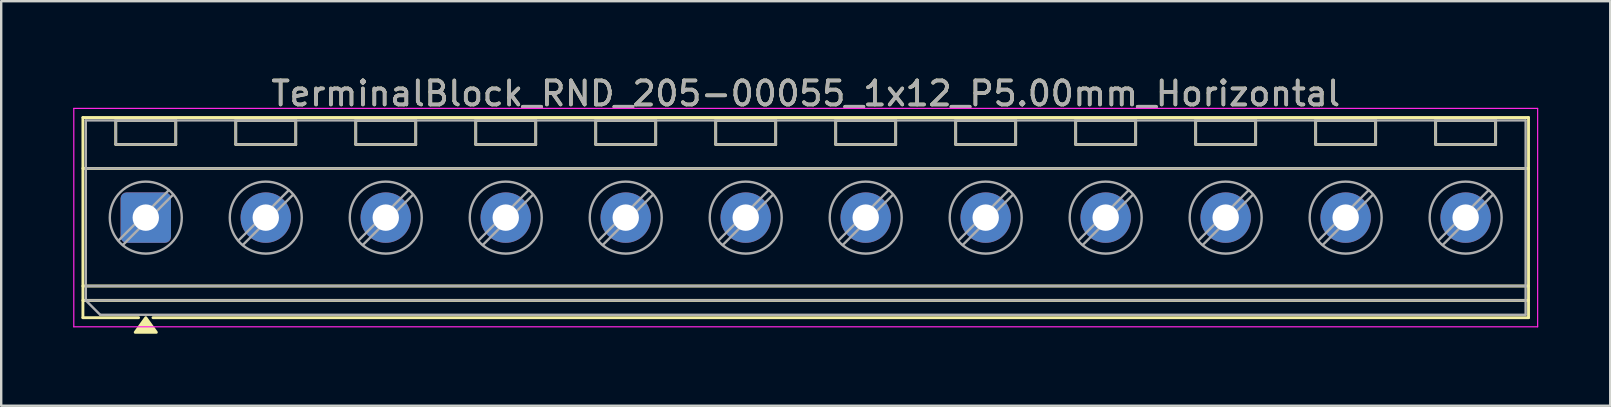
<source format=kicad_pcb>
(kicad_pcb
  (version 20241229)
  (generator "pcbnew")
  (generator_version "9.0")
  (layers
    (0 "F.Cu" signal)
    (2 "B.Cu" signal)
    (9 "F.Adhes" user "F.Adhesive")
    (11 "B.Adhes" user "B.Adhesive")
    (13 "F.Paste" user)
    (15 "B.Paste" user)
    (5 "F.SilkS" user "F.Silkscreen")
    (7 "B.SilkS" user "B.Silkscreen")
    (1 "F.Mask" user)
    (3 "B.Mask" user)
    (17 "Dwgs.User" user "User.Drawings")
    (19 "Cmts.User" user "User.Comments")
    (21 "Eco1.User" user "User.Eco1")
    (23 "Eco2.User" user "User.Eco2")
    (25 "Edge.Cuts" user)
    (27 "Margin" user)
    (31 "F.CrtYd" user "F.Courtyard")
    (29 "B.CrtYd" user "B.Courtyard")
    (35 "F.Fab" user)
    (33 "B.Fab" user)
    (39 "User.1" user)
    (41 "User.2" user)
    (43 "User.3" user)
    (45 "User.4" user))
  (footprint "TerminalBlock_RND_205-00055_1x12_P5.00mm_Horizontal"
    (layer "F.Cu")
    (at 3.025 6.018)
    (property "Reference" "TerminalBlock_RND_205-00055_1x12_P5.00mm_Horizontal" (at 27.5 -5.17 0) (layer "F.SilkS") (effects (font (size 1 1) (thickness 0.15))))
    (attr through_hole)
    (fp_line (start -2.62 -4.17) (end 57.62 -4.17) (stroke (width 0.12) (type solid)) (layer "F.SilkS"))
    (fp_line (start -2.62 -2.05) (end 57.62 -2.05) (stroke (width 0.12) (type solid)) (layer "F.SilkS"))
    (fp_line (start -2.62 2.85) (end 57.62 2.85) (stroke (width 0.12) (type solid)) (layer "F.SilkS"))
    (fp_line (start -2.62 3.45) (end 57.62 3.45) (stroke (width 0.12) (type solid)) (layer "F.SilkS"))
    (fp_line (start -2.62 4.17) (end -2.62 -4.17) (stroke (width 0.12) (type solid)) (layer "F.SilkS"))
    (fp_line (start -1.25 -4.05) (end 1.25 -4.05) (stroke (width 0.12) (type solid)) (layer "F.SilkS"))
    (fp_line (start -1.25 -3.05) (end -1.25 -4.05) (stroke (width 0.12) (type solid)) (layer "F.SilkS"))
    (fp_line (start -0.3 4.17) (end -2.62 4.17) (stroke (width 0.12) (type solid)) (layer "F.SilkS"))
    (fp_line (start 1.25 -4.05) (end 1.25 -3.05) (stroke (width 0.12) (type solid)) (layer "F.SilkS"))
    (fp_line (start 1.25 -3.05) (end -1.25 -3.05) (stroke (width 0.12) (type solid)) (layer "F.SilkS"))
    (fp_line (start 3.75 -4.05) (end 6.25 -4.05) (stroke (width 0.12) (type solid)) (layer "F.SilkS"))
    (fp_line (start 3.75 -3.05) (end 3.75 -4.05) (stroke (width 0.12) (type solid)) (layer "F.SilkS"))
    (fp_line (start 6.25 -4.05) (end 6.25 -3.05) (stroke (width 0.12) (type solid)) (layer "F.SilkS"))
    (fp_line (start 6.25 -3.05) (end 3.75 -3.05) (stroke (width 0.12) (type solid)) (layer "F.SilkS"))
    (fp_line (start 8.75 -4.05) (end 11.25 -4.05) (stroke (width 0.12) (type solid)) (layer "F.SilkS"))
    (fp_line (start 8.75 -3.05) (end 8.75 -4.05) (stroke (width 0.12) (type solid)) (layer "F.SilkS"))
    (fp_line (start 11.25 -4.05) (end 11.25 -3.05) (stroke (width 0.12) (type solid)) (layer "F.SilkS"))
    (fp_line (start 11.25 -3.05) (end 8.75 -3.05) (stroke (width 0.12) (type solid)) (layer "F.SilkS"))
    (fp_line (start 13.75 -4.05) (end 16.25 -4.05) (stroke (width 0.12) (type solid)) (layer "F.SilkS"))
    (fp_line (start 13.75 -3.05) (end 13.75 -4.05) (stroke (width 0.12) (type solid)) (layer "F.SilkS"))
    (fp_line (start 16.25 -4.05) (end 16.25 -3.05) (stroke (width 0.12) (type solid)) (layer "F.SilkS"))
    (fp_line (start 16.25 -3.05) (end 13.75 -3.05) (stroke (width 0.12) (type solid)) (layer "F.SilkS"))
    (fp_line (start 18.75 -4.05) (end 21.25 -4.05) (stroke (width 0.12) (type solid)) (layer "F.SilkS"))
    (fp_line (start 18.75 -3.05) (end 18.75 -4.05) (stroke (width 0.12) (type solid)) (layer "F.SilkS"))
    (fp_line (start 21.25 -4.05) (end 21.25 -3.05) (stroke (width 0.12) (type solid)) (layer "F.SilkS"))
    (fp_line (start 21.25 -3.05) (end 18.75 -3.05) (stroke (width 0.12) (type solid)) (layer "F.SilkS"))
    (fp_line (start 23.75 -4.05) (end 26.25 -4.05) (stroke (width 0.12) (type solid)) (layer "F.SilkS"))
    (fp_line (start 23.75 -3.05) (end 23.75 -4.05) (stroke (width 0.12) (type solid)) (layer "F.SilkS"))
    (fp_line (start 26.25 -4.05) (end 26.25 -3.05) (stroke (width 0.12) (type solid)) (layer "F.SilkS"))
    (fp_line (start 26.25 -3.05) (end 23.75 -3.05) (stroke (width 0.12) (type solid)) (layer "F.SilkS"))
    (fp_line (start 28.75 -4.05) (end 31.25 -4.05) (stroke (width 0.12) (type solid)) (layer "F.SilkS"))
    (fp_line (start 28.75 -3.05) (end 28.75 -4.05) (stroke (width 0.12) (type solid)) (layer "F.SilkS"))
    (fp_line (start 31.25 -4.05) (end 31.25 -3.05) (stroke (width 0.12) (type solid)) (layer "F.SilkS"))
    (fp_line (start 31.25 -3.05) (end 28.75 -3.05) (stroke (width 0.12) (type solid)) (layer "F.SilkS"))
    (fp_line (start 33.75 -4.05) (end 36.25 -4.05) (stroke (width 0.12) (type solid)) (layer "F.SilkS"))
    (fp_line (start 33.75 -3.05) (end 33.75 -4.05) (stroke (width 0.12) (type solid)) (layer "F.SilkS"))
    (fp_line (start 36.25 -4.05) (end 36.25 -3.05) (stroke (width 0.12) (type solid)) (layer "F.SilkS"))
    (fp_line (start 36.25 -3.05) (end 33.75 -3.05) (stroke (width 0.12) (type solid)) (layer "F.SilkS"))
    (fp_line (start 38.75 -4.05) (end 41.25 -4.05) (stroke (width 0.12) (type solid)) (layer "F.SilkS"))
    (fp_line (start 38.75 -3.05) (end 38.75 -4.05) (stroke (width 0.12) (type solid)) (layer "F.SilkS"))
    (fp_line (start 41.25 -4.05) (end 41.25 -3.05) (stroke (width 0.12) (type solid)) (layer "F.SilkS"))
    (fp_line (start 41.25 -3.05) (end 38.75 -3.05) (stroke (width 0.12) (type solid)) (layer "F.SilkS"))
    (fp_line (start 43.75 -4.05) (end 46.25 -4.05) (stroke (width 0.12) (type solid)) (layer "F.SilkS"))
    (fp_line (start 43.75 -3.05) (end 43.75 -4.05) (stroke (width 0.12) (type solid)) (layer "F.SilkS"))
    (fp_line (start 46.25 -4.05) (end 46.25 -3.05) (stroke (width 0.12) (type solid)) (layer "F.SilkS"))
    (fp_line (start 46.25 -3.05) (end 43.75 -3.05) (stroke (width 0.12) (type solid)) (layer "F.SilkS"))
    (fp_line (start 48.75 -4.05) (end 51.25 -4.05) (stroke (width 0.12) (type solid)) (layer "F.SilkS"))
    (fp_line (start 48.75 -3.05) (end 48.75 -4.05) (stroke (width 0.12) (type solid)) (layer "F.SilkS"))
    (fp_line (start 51.25 -4.05) (end 51.25 -3.05) (stroke (width 0.12) (type solid)) (layer "F.SilkS"))
    (fp_line (start 51.25 -3.05) (end 48.75 -3.05) (stroke (width 0.12) (type solid)) (layer "F.SilkS"))
    (fp_line (start 53.75 -4.05) (end 56.25 -4.05) (stroke (width 0.12) (type solid)) (layer "F.SilkS"))
    (fp_line (start 53.75 -3.05) (end 53.75 -4.05) (stroke (width 0.12) (type solid)) (layer "F.SilkS"))
    (fp_line (start 56.25 -4.05) (end 56.25 -3.05) (stroke (width 0.12) (type solid)) (layer "F.SilkS"))
    (fp_line (start 56.25 -3.05) (end 53.75 -3.05) (stroke (width 0.12) (type solid)) (layer "F.SilkS"))
    (fp_line (start 57.62 -4.17) (end 57.62 4.17) (stroke (width 0.12) (type solid)) (layer "F.SilkS"))
    (fp_line (start 57.62 4.17) (end 0.3 4.17) (stroke (width 0.12) (type solid)) (layer "F.SilkS"))
    (fp_poly (pts (xy 0 4.17) (xy 0.44 4.78) (xy -0.44 4.78)) (stroke (width 0.12) (type solid)) (fill yes) (layer "F.SilkS"))
    (fp_line (start -3 -4.55) (end -3 4.55) (stroke (width 0.05) (type solid)) (layer "F.CrtYd"))
    (fp_line (start -3 4.55) (end 58 4.55) (stroke (width 0.05) (type solid)) (layer "F.CrtYd"))
    (fp_line (start 58 -4.55) (end -3 -4.55) (stroke (width 0.05) (type solid)) (layer "F.CrtYd"))
    (fp_line (start 58 4.55) (end 58 -4.55) (stroke (width 0.05) (type solid)) (layer "F.CrtYd"))
    (fp_line (start -2.5 -4.05) (end 57.5 -4.05) (stroke (width 0.1) (type solid)) (layer "F.Fab"))
    (fp_line (start -2.5 -2.05) (end 57.5 -2.05) (stroke (width 0.1) (type solid)) (layer "F.Fab"))
    (fp_line (start -2.5 2.85) (end 57.5 2.85) (stroke (width 0.1) (type solid)) (layer "F.Fab"))
    (fp_line (start -2.5 3.45) (end -2.5 -4.05) (stroke (width 0.1) (type solid)) (layer "F.Fab"))
    (fp_line (start -2.5 3.45) (end 57.5 3.45) (stroke (width 0.1) (type solid)) (layer "F.Fab"))
    (fp_line (start -1.9 4.05) (end -2.5 3.45) (stroke (width 0.1) (type solid)) (layer "F.Fab"))
    (fp_line (start -1.25 -4.05) (end -1.25 -3.05) (stroke (width 0.1) (type solid)) (layer "F.Fab"))
    (fp_line (start -1.25 -3.05) (end 1.25 -3.05) (stroke (width 0.1) (type solid)) (layer "F.Fab"))
    (fp_line (start 0.955 -1.138) (end -1.138 0.955) (stroke (width 0.1) (type solid)) (layer "F.Fab"))
    (fp_line (start 1.138 -0.955) (end -0.955 1.138) (stroke (width 0.1) (type solid)) (layer "F.Fab"))
    (fp_line (start 1.25 -4.05) (end -1.25 -4.05) (stroke (width 0.1) (type solid)) (layer "F.Fab"))
    (fp_line (start 1.25 -3.05) (end 1.25 -4.05) (stroke (width 0.1) (type solid)) (layer "F.Fab"))
    (fp_line (start 3.75 -4.05) (end 3.75 -3.05) (stroke (width 0.1) (type solid)) (layer "F.Fab"))
    (fp_line (start 3.75 -3.05) (end 6.25 -3.05) (stroke (width 0.1) (type solid)) (layer "F.Fab"))
    (fp_line (start 5.955 -1.138) (end 3.862 0.955) (stroke (width 0.1) (type solid)) (layer "F.Fab"))
    (fp_line (start 6.138 -0.955) (end 4.045 1.138) (stroke (width 0.1) (type solid)) (layer "F.Fab"))
    (fp_line (start 6.25 -4.05) (end 3.75 -4.05) (stroke (width 0.1) (type solid)) (layer "F.Fab"))
    (fp_line (start 6.25 -3.05) (end 6.25 -4.05) (stroke (width 0.1) (type solid)) (layer "F.Fab"))
    (fp_line (start 8.75 -4.05) (end 8.75 -3.05) (stroke (width 0.1) (type solid)) (layer "F.Fab"))
    (fp_line (start 8.75 -3.05) (end 11.25 -3.05) (stroke (width 0.1) (type solid)) (layer "F.Fab"))
    (fp_line (start 10.955 -1.138) (end 8.862 0.955) (stroke (width 0.1) (type solid)) (layer "F.Fab"))
    (fp_line (start 11.138 -0.955) (end 9.045 1.138) (stroke (width 0.1) (type solid)) (layer "F.Fab"))
    (fp_line (start 11.25 -4.05) (end 8.75 -4.05) (stroke (width 0.1) (type solid)) (layer "F.Fab"))
    (fp_line (start 11.25 -3.05) (end 11.25 -4.05) (stroke (width 0.1) (type solid)) (layer "F.Fab"))
    (fp_line (start 13.75 -4.05) (end 13.75 -3.05) (stroke (width 0.1) (type solid)) (layer "F.Fab"))
    (fp_line (start 13.75 -3.05) (end 16.25 -3.05) (stroke (width 0.1) (type solid)) (layer "F.Fab"))
    (fp_line (start 15.955 -1.138) (end 13.862 0.955) (stroke (width 0.1) (type solid)) (layer "F.Fab"))
    (fp_line (start 16.138 -0.955) (end 14.045 1.138) (stroke (width 0.1) (type solid)) (layer "F.Fab"))
    (fp_line (start 16.25 -4.05) (end 13.75 -4.05) (stroke (width 0.1) (type solid)) (layer "F.Fab"))
    (fp_line (start 16.25 -3.05) (end 16.25 -4.05) (stroke (width 0.1) (type solid)) (layer "F.Fab"))
    (fp_line (start 18.75 -4.05) (end 18.75 -3.05) (stroke (width 0.1) (type solid)) (layer "F.Fab"))
    (fp_line (start 18.75 -3.05) (end 21.25 -3.05) (stroke (width 0.1) (type solid)) (layer "F.Fab"))
    (fp_line (start 20.955 -1.138) (end 18.862 0.955) (stroke (width 0.1) (type solid)) (layer "F.Fab"))
    (fp_line (start 21.138 -0.955) (end 19.045 1.138) (stroke (width 0.1) (type solid)) (layer "F.Fab"))
    (fp_line (start 21.25 -4.05) (end 18.75 -4.05) (stroke (width 0.1) (type solid)) (layer "F.Fab"))
    (fp_line (start 21.25 -3.05) (end 21.25 -4.05) (stroke (width 0.1) (type solid)) (layer "F.Fab"))
    (fp_line (start 23.75 -4.05) (end 23.75 -3.05) (stroke (width 0.1) (type solid)) (layer "F.Fab"))
    (fp_line (start 23.75 -3.05) (end 26.25 -3.05) (stroke (width 0.1) (type solid)) (layer "F.Fab"))
    (fp_line (start 25.955 -1.138) (end 23.862 0.955) (stroke (width 0.1) (type solid)) (layer "F.Fab"))
    (fp_line (start 26.138 -0.955) (end 24.045 1.138) (stroke (width 0.1) (type solid)) (layer "F.Fab"))
    (fp_line (start 26.25 -4.05) (end 23.75 -4.05) (stroke (width 0.1) (type solid)) (layer "F.Fab"))
    (fp_line (start 26.25 -3.05) (end 26.25 -4.05) (stroke (width 0.1) (type solid)) (layer "F.Fab"))
    (fp_line (start 28.75 -4.05) (end 28.75 -3.05) (stroke (width 0.1) (type solid)) (layer "F.Fab"))
    (fp_line (start 28.75 -3.05) (end 31.25 -3.05) (stroke (width 0.1) (type solid)) (layer "F.Fab"))
    (fp_line (start 30.955 -1.138) (end 28.862 0.955) (stroke (width 0.1) (type solid)) (layer "F.Fab"))
    (fp_line (start 31.138 -0.955) (end 29.045 1.138) (stroke (width 0.1) (type solid)) (layer "F.Fab"))
    (fp_line (start 31.25 -4.05) (end 28.75 -4.05) (stroke (width 0.1) (type solid)) (layer "F.Fab"))
    (fp_line (start 31.25 -3.05) (end 31.25 -4.05) (stroke (width 0.1) (type solid)) (layer "F.Fab"))
    (fp_line (start 33.75 -4.05) (end 33.75 -3.05) (stroke (width 0.1) (type solid)) (layer "F.Fab"))
    (fp_line (start 33.75 -3.05) (end 36.25 -3.05) (stroke (width 0.1) (type solid)) (layer "F.Fab"))
    (fp_line (start 35.955 -1.138) (end 33.862 0.955) (stroke (width 0.1) (type solid)) (layer "F.Fab"))
    (fp_line (start 36.138 -0.955) (end 34.045 1.138) (stroke (width 0.1) (type solid)) (layer "F.Fab"))
    (fp_line (start 36.25 -4.05) (end 33.75 -4.05) (stroke (width 0.1) (type solid)) (layer "F.Fab"))
    (fp_line (start 36.25 -3.05) (end 36.25 -4.05) (stroke (width 0.1) (type solid)) (layer "F.Fab"))
    (fp_line (start 38.75 -4.05) (end 38.75 -3.05) (stroke (width 0.1) (type solid)) (layer "F.Fab"))
    (fp_line (start 38.75 -3.05) (end 41.25 -3.05) (stroke (width 0.1) (type solid)) (layer "F.Fab"))
    (fp_line (start 40.955 -1.138) (end 38.862 0.955) (stroke (width 0.1) (type solid)) (layer "F.Fab"))
    (fp_line (start 41.138 -0.955) (end 39.045 1.138) (stroke (width 0.1) (type solid)) (layer "F.Fab"))
    (fp_line (start 41.25 -4.05) (end 38.75 -4.05) (stroke (width 0.1) (type solid)) (layer "F.Fab"))
    (fp_line (start 41.25 -3.05) (end 41.25 -4.05) (stroke (width 0.1) (type solid)) (layer "F.Fab"))
    (fp_line (start 43.75 -4.05) (end 43.75 -3.05) (stroke (width 0.1) (type solid)) (layer "F.Fab"))
    (fp_line (start 43.75 -3.05) (end 46.25 -3.05) (stroke (width 0.1) (type solid)) (layer "F.Fab"))
    (fp_line (start 45.955 -1.138) (end 43.862 0.955) (stroke (width 0.1) (type solid)) (layer "F.Fab"))
    (fp_line (start 46.138 -0.955) (end 44.045 1.138) (stroke (width 0.1) (type solid)) (layer "F.Fab"))
    (fp_line (start 46.25 -4.05) (end 43.75 -4.05) (stroke (width 0.1) (type solid)) (layer "F.Fab"))
    (fp_line (start 46.25 -3.05) (end 46.25 -4.05) (stroke (width 0.1) (type solid)) (layer "F.Fab"))
    (fp_line (start 48.75 -4.05) (end 48.75 -3.05) (stroke (width 0.1) (type solid)) (layer "F.Fab"))
    (fp_line (start 48.75 -3.05) (end 51.25 -3.05) (stroke (width 0.1) (type solid)) (layer "F.Fab"))
    (fp_line (start 50.955 -1.138) (end 48.862 0.955) (stroke (width 0.1) (type solid)) (layer "F.Fab"))
    (fp_line (start 51.138 -0.955) (end 49.045 1.138) (stroke (width 0.1) (type solid)) (layer "F.Fab"))
    (fp_line (start 51.25 -4.05) (end 48.75 -4.05) (stroke (width 0.1) (type solid)) (layer "F.Fab"))
    (fp_line (start 51.25 -3.05) (end 51.25 -4.05) (stroke (width 0.1) (type solid)) (layer "F.Fab"))
    (fp_line (start 53.75 -4.05) (end 53.75 -3.05) (stroke (width 0.1) (type solid)) (layer "F.Fab"))
    (fp_line (start 53.75 -3.05) (end 56.25 -3.05) (stroke (width 0.1) (type solid)) (layer "F.Fab"))
    (fp_line (start 55.955 -1.138) (end 53.862 0.955) (stroke (width 0.1) (type solid)) (layer "F.Fab"))
    (fp_line (start 56.138 -0.955) (end 54.045 1.138) (stroke (width 0.1) (type solid)) (layer "F.Fab"))
    (fp_line (start 56.25 -4.05) (end 53.75 -4.05) (stroke (width 0.1) (type solid)) (layer "F.Fab"))
    (fp_line (start 56.25 -3.05) (end 56.25 -4.05) (stroke (width 0.1) (type solid)) (layer "F.Fab"))
    (fp_line (start 57.5 -4.05) (end 57.5 4.05) (stroke (width 0.1) (type solid)) (layer "F.Fab"))
    (fp_line (start 57.5 4.05) (end -1.9 4.05) (stroke (width 0.1) (type solid)) (layer "F.Fab"))
    (fp_circle (center 0 0) (end 1.5 0) (stroke (width 0.1) (type solid)) (fill no) (layer "F.Fab"))
    (fp_circle (center 5 0) (end 6.5 0) (stroke (width 0.1) (type solid)) (fill no) (layer "F.Fab"))
    (fp_circle (center 10 0) (end 11.5 0) (stroke (width 0.1) (type solid)) (fill no) (layer "F.Fab"))
    (fp_circle (center 15 0) (end 16.5 0) (stroke (width 0.1) (type solid)) (fill no) (layer "F.Fab"))
    (fp_circle (center 20 0) (end 21.5 0) (stroke (width 0.1) (type solid)) (fill no) (layer "F.Fab"))
    (fp_circle (center 25 0) (end 26.5 0) (stroke (width 0.1) (type solid)) (fill no) (layer "F.Fab"))
    (fp_circle (center 30 0) (end 31.5 0) (stroke (width 0.1) (type solid)) (fill no) (layer "F.Fab"))
    (fp_circle (center 35 0) (end 36.5 0) (stroke (width 0.1) (type solid)) (fill no) (layer "F.Fab"))
    (fp_circle (center 40 0) (end 41.5 0) (stroke (width 0.1) (type solid)) (fill no) (layer "F.Fab"))
    (fp_circle (center 45 0) (end 46.5 0) (stroke (width 0.1) (type solid)) (fill no) (layer "F.Fab"))
    (fp_circle (center 50 0) (end 51.5 0) (stroke (width 0.1) (type solid)) (fill no) (layer "F.Fab"))
    (fp_circle (center 55 0) (end 56.5 0) (stroke (width 0.1) (type solid)) (fill no) (layer "F.Fab"))
    (fp_text user "${REFERENCE}" (at 27.5 -5.17 0) (layer "F.Fab") (effects (font (size 1 1) (thickness 0.15))))
    (pad "1" thru_hole roundrect (at 0 0) (size 2.1 2.1) (drill 1.1) (layers "*.Cu" "*.Mask") (roundrect_rratio 0.119))
    (pad "2" thru_hole circle (at 5 0) (size 2.1 2.1) (drill 1.1) (layers "*.Cu" "*.Mask"))
    (pad "3" thru_hole circle (at 10 0) (size 2.1 2.1) (drill 1.1) (layers "*.Cu" "*.Mask"))
    (pad "4" thru_hole circle (at 15 0) (size 2.1 2.1) (drill 1.1) (layers "*.Cu" "*.Mask"))
    (pad "5" thru_hole circle (at 20 0) (size 2.1 2.1) (drill 1.1) (layers "*.Cu" "*.Mask"))
    (pad "6" thru_hole circle (at 25 0) (size 2.1 2.1) (drill 1.1) (layers "*.Cu" "*.Mask"))
    (pad "7" thru_hole circle (at 30 0) (size 2.1 2.1) (drill 1.1) (layers "*.Cu" "*.Mask"))
    (pad "8" thru_hole circle (at 35 0) (size 2.1 2.1) (drill 1.1) (layers "*.Cu" "*.Mask"))
    (pad "9" thru_hole circle (at 40 0) (size 2.1 2.1) (drill 1.1) (layers "*.Cu" "*.Mask"))
    (pad "10" thru_hole circle (at 45 0) (size 2.1 2.1) (drill 1.1) (layers "*.Cu" "*.Mask"))
    (pad "11" thru_hole circle (at 50 0) (size 2.1 2.1) (drill 1.1) (layers "*.Cu" "*.Mask"))
    (pad "12" thru_hole circle (at 55 0) (size 2.1 2.1) (drill 1.1) (layers "*.Cu" "*.Mask")))
  (gr_rect
    (start -3 -3)
    (end 64.05 13.858)
    (stroke (width 0.1) (type default))
    (fill no)
    (layer "Edge.Cuts")))
</source>
